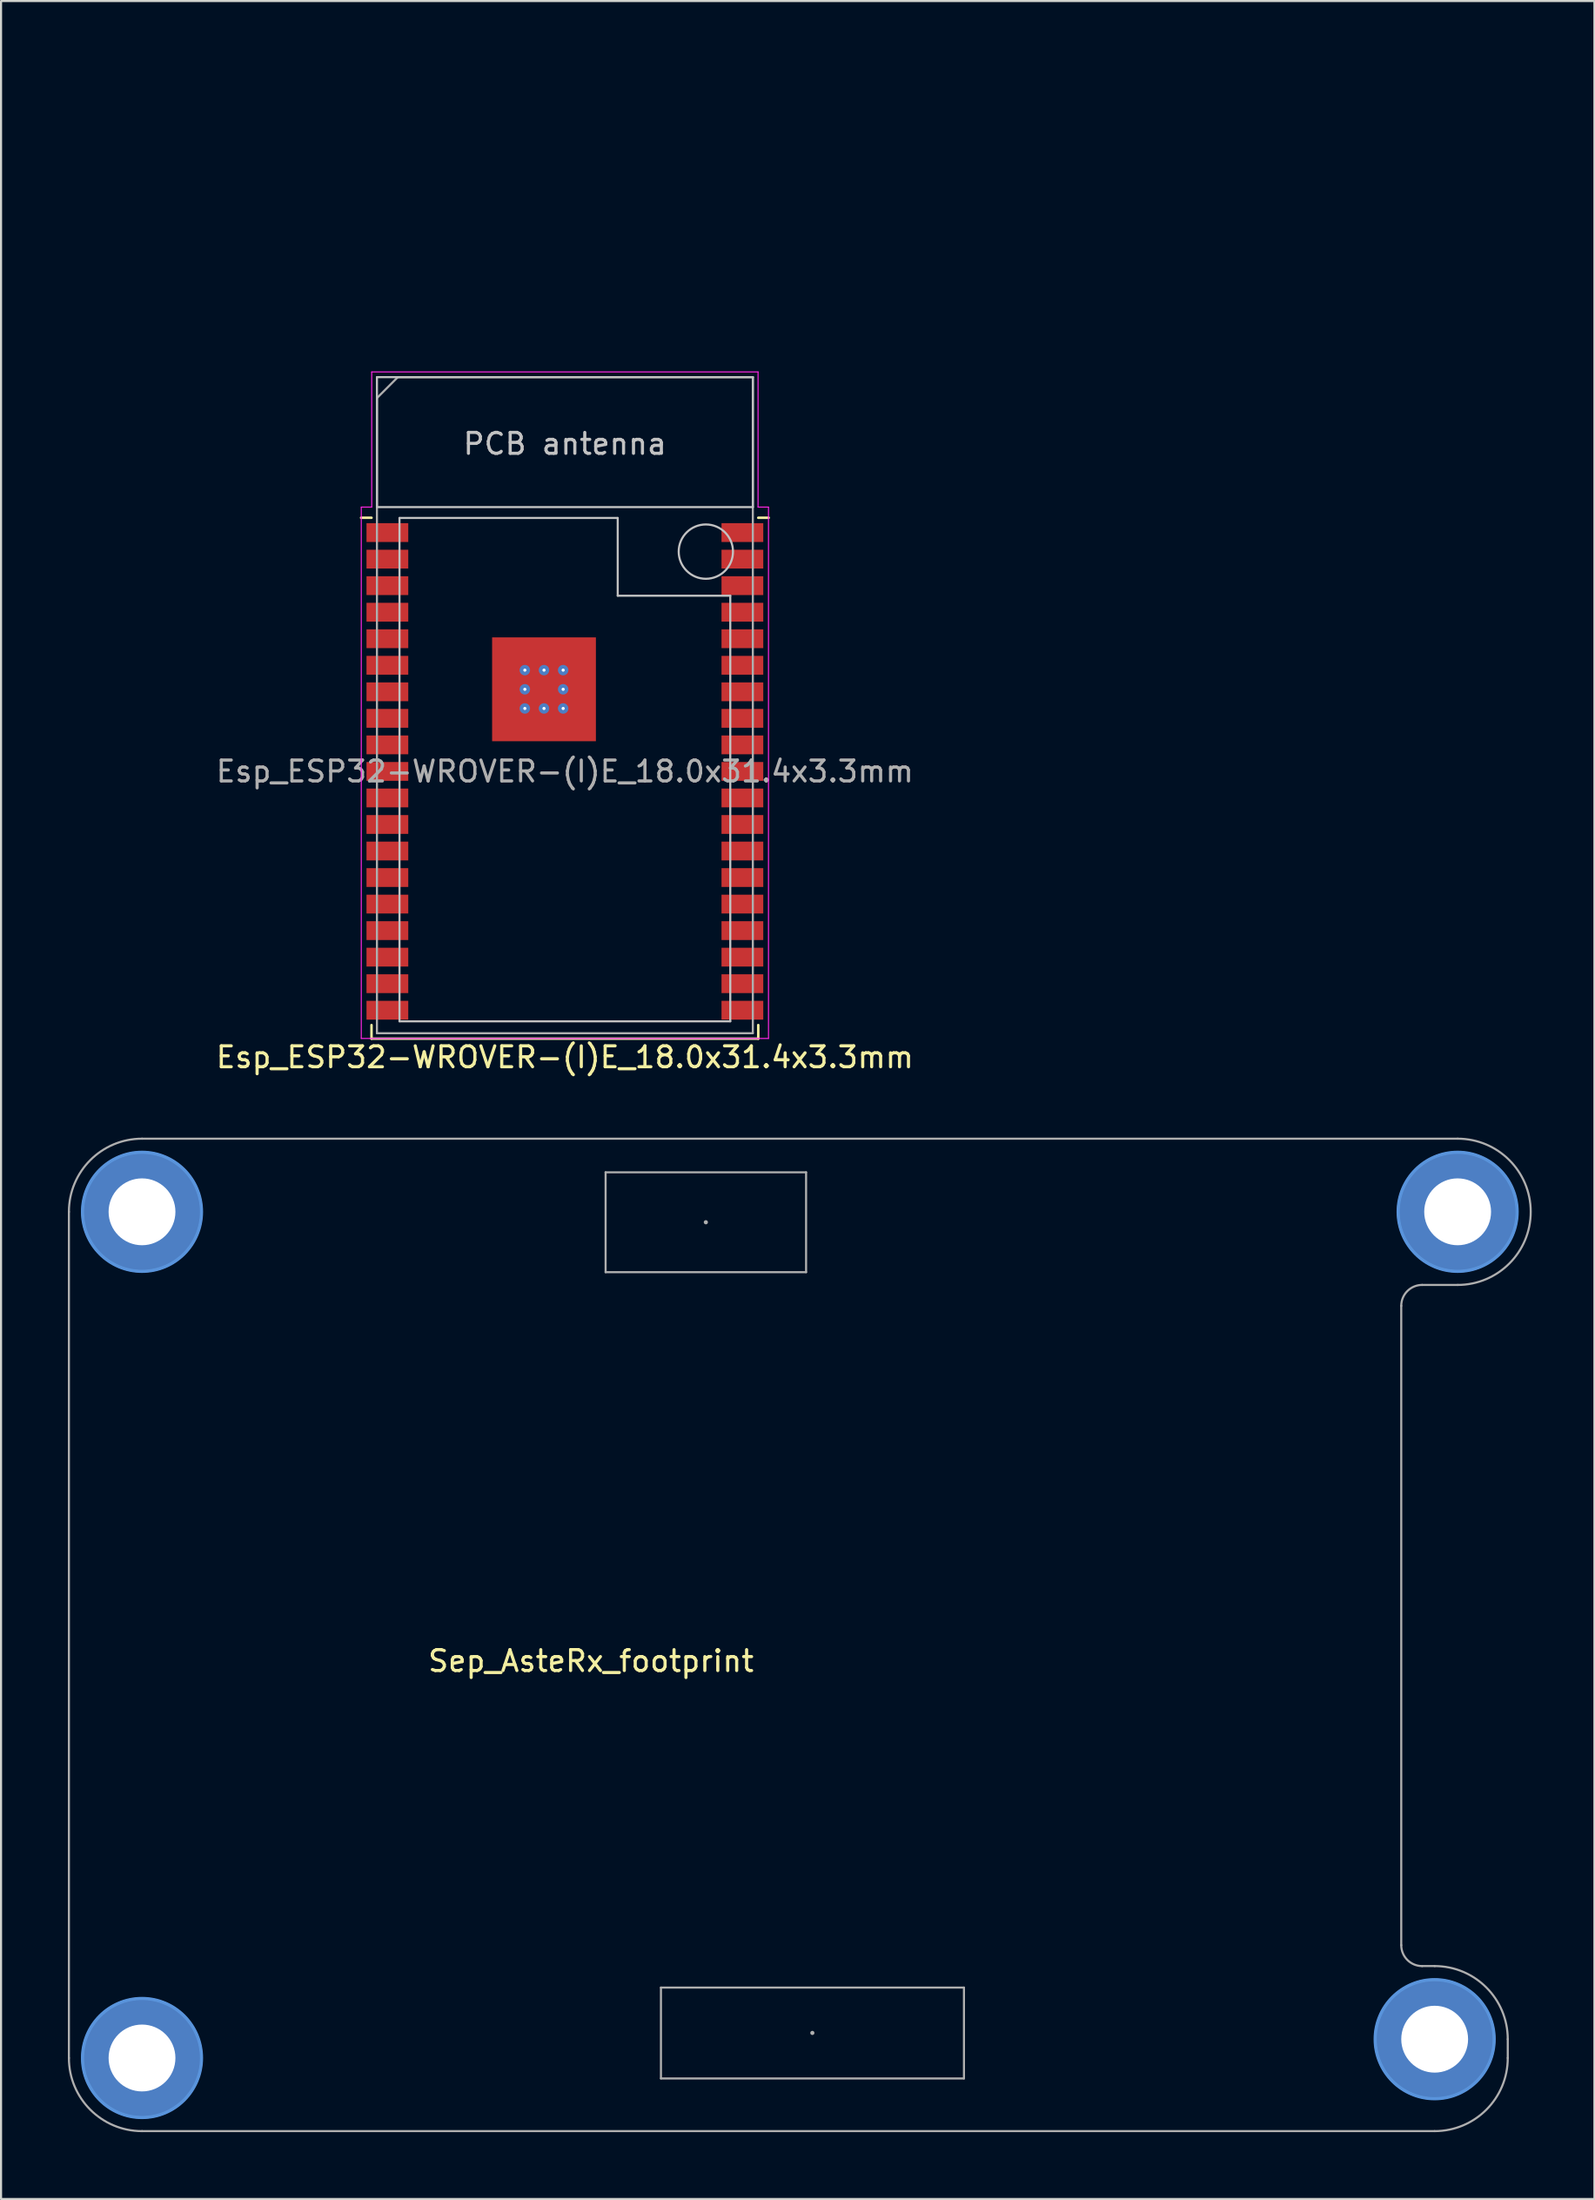
<source format=kicad_pcb>
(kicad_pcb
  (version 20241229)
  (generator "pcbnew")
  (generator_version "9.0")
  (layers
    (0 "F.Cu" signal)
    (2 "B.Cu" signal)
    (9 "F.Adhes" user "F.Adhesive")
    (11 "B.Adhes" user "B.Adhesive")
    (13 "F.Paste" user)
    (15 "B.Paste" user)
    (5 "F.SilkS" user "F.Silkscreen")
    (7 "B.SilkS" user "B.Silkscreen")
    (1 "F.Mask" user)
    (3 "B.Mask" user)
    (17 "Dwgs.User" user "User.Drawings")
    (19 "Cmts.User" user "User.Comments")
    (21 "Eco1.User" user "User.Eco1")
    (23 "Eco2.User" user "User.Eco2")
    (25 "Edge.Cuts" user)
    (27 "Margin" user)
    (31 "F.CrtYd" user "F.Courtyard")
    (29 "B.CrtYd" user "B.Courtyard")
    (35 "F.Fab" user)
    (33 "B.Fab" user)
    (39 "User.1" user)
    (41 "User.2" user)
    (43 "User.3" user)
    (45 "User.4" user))
  (footprint "Sep_AsteRx_footprint"
    (layer "F.Cu")
    (at 0.25 98.949)
    (property "Reference" "Sep_AsteRx_footprint" (at 25 -22.5 0) (layer "F.SilkS") (effects (font (size 1 1) (thickness 0.15))))
    (attr through_hole)
    (fp_circle (center 3.5 -44) (end 6.35 -44) (stroke (width 0.15) (type solid)) (fill no) (layer "Cmts.User"))
    (fp_circle (center 3.5 -3.5) (end 6.35 -3.5) (stroke (width 0.15) (type solid)) (fill no) (layer "Cmts.User"))
    (fp_circle (center 65.4 -4.4) (end 68.25 -4.4) (stroke (width 0.15) (type solid)) (fill no) (layer "Cmts.User"))
    (fp_circle (center 66.5 -44) (end 69.35 -44) (stroke (width 0.15) (type solid)) (fill no) (layer "Cmts.User"))
    (fp_line (start 0 -44) (end 0 -3.5) (stroke (width 0.1) (type solid)) (layer "F.Fab"))
    (fp_line (start 3.5 0) (end 65.4 0) (stroke (width 0.1) (type solid)) (layer "F.Fab"))
    (fp_line (start 25.7 -45.89) (end 25.7 -41.11) (stroke (width 0.1) (type solid)) (layer "F.Fab"))
    (fp_line (start 25.7 -45.89) (end 35.3 -45.89) (stroke (width 0.1) (type solid)) (layer "F.Fab"))
    (fp_line (start 25.7 -41.11) (end 35.3 -41.11) (stroke (width 0.1) (type solid)) (layer "F.Fab"))
    (fp_line (start 28.35 -6.87) (end 28.35 -2.52) (stroke (width 0.1) (type solid)) (layer "F.Fab"))
    (fp_line (start 28.35 -6.87) (end 42.86 -6.87) (stroke (width 0.1) (type solid)) (layer "F.Fab"))
    (fp_line (start 28.35 -2.52) (end 42.86 -2.52) (stroke (width 0.1) (type solid)) (layer "F.Fab"))
    (fp_line (start 35.3 -45.89) (end 35.3 -41.11) (stroke (width 0.1) (type solid)) (layer "F.Fab"))
    (fp_line (start 42.86 -6.87) (end 42.86 -2.52) (stroke (width 0.1) (type solid)) (layer "F.Fab"))
    (fp_line (start 63.8 -39.5) (end 63.8 -8.9) (stroke (width 0.1) (type solid)) (layer "F.Fab"))
    (fp_line (start 64.8 -40.5) (end 66.5 -40.5) (stroke (width 0.1) (type solid)) (layer "F.Fab"))
    (fp_line (start 64.8 -7.9) (end 65.4 -7.9) (stroke (width 0.1) (type solid)) (layer "F.Fab"))
    (fp_line (start 66.5 -47.5) (end 3.5 -47.5) (stroke (width 0.1) (type solid)) (layer "F.Fab"))
    (fp_line (start 68.9 -4.4) (end 68.9 -3.5) (stroke (width 0.1) (type solid)) (layer "F.Fab"))
    (fp_arc (start 0 -44) (mid 1.025126 -46.474874) (end 3.5 -47.5) (stroke (width 0.1) (type solid)) (layer "F.Fab"))
    (fp_arc (start 3.5 0) (mid 1.025126 -1.025126) (end 0 -3.5) (stroke (width 0.1) (type solid)) (layer "F.Fab"))
    (fp_arc (start 63.8 -39.5) (mid 64.092893 -40.207107) (end 64.8 -40.5) (stroke (width 0.1) (type solid)) (layer "F.Fab"))
    (fp_arc (start 64.8 -7.9) (mid 64.092893 -8.192893) (end 63.8 -8.9) (stroke (width 0.1) (type solid)) (layer "F.Fab"))
    (fp_arc (start 65.4 -7.9) (mid 67.874874 -6.874874) (end 68.9 -4.4) (stroke (width 0.1) (type solid)) (layer "F.Fab"))
    (fp_arc (start 66.5 -47.5) (mid 70 -44) (end 66.5 -40.5) (stroke (width 0.1) (type solid)) (layer "F.Fab"))
    (fp_arc (start 68.9 -3.5) (mid 67.874874 -1.025126) (end 65.4 0) (stroke (width 0.1) (type solid)) (layer "F.Fab"))
    (fp_circle (center 3.5 -44) (end 6.35 -44) (stroke (width 0.1) (type solid)) (fill no) (layer "F.Fab"))
    (fp_circle (center 3.5 -3.5) (end 6.35 -3.5) (stroke (width 0.1) (type solid)) (fill no) (layer "F.Fab"))
    (fp_circle (center 30.5 -43.5) (end 30.55 -43.5) (stroke (width 0.1) (type solid)) (fill no) (layer "F.Fab"))
    (fp_circle (center 35.6 -4.7) (end 35.65 -4.7) (stroke (width 0.1) (type solid)) (fill no) (layer "F.Fab"))
    (fp_circle (center 65.4 -4.4) (end 68.25 -4.4) (stroke (width 0.1) (type solid)) (fill no) (layer "F.Fab"))
    (fp_circle (center 66.5 -44) (end 69.35 -44) (stroke (width 0.1) (type solid)) (fill no) (layer "F.Fab"))
    (pad "MH" thru_hole circle (at 3.5 -44) (size 5.7 5.7) (drill 3.2) (layers "*.Cu" "*.Mask"))
    (pad "MH" thru_hole circle (at 3.5 -3.5) (size 5.7 5.7) (drill 3.2) (layers "*.Cu" "*.Mask"))
    (pad "MH" thru_hole circle (at 65.4 -4.4) (size 5.7 5.7) (drill 3.2) (layers "*.Cu" "*.Mask"))
    (pad "MH" thru_hole circle (at 66.5 -44) (size 5.7 5.7) (drill 3.2) (layers "*.Cu" "*.Mask")))
  (footprint "Esp_ESP32-WROVER-(I)E_18.0x31.4x3.3mm"
    (layer "F.Cu")
    (at 23 29.941)
    (property "Reference" "Esp_ESP32-WROVER-(I)E_18.0x31.4x3.3mm" (at 1 17.61 0) (layer "F.SilkS") (effects (font (size 1 1) (thickness 0.15))))
    (attr through_hole)
    (fp_line (start -8.26 -8.21) (end -8.76 -8.21) (stroke (width 0.12) (type solid)) (layer "F.SilkS"))
    (fp_line (start -8.26 16.72) (end -8.26 16.07) (stroke (width 0.12) (type solid)) (layer "F.SilkS"))
    (fp_line (start -8.26 16.72) (end 10.26 16.72) (stroke (width 0.12) (type solid)) (layer "F.SilkS"))
    (fp_line (start 10.26 -8.21) (end 10.76 -8.21) (stroke (width 0.12) (type solid)) (layer "F.SilkS"))
    (fp_line (start 10.26 16.72) (end 10.26 16.07) (stroke (width 0.12) (type solid)) (layer "F.SilkS"))
    (fp_line (start -8 -8.72) (end -8 -14.94) (stroke (width 0.1) (type solid)) (layer "Dwgs.User"))
    (fp_line (start -8 -8.72) (end 10 -8.72) (stroke (width 0.1) (type solid)) (layer "Dwgs.User"))
    (fp_line (start -6.92 -8.2) (end -6.92 15.89) (stroke (width 0.1) (type solid)) (layer "Dwgs.User"))
    (fp_line (start -6.92 -8.2) (end 3.53 -8.2) (stroke (width 0.1) (type solid)) (layer "Dwgs.User"))
    (fp_line (start -6.92 15.89) (end 8.92 15.89) (stroke (width 0.1) (type solid)) (layer "Dwgs.User"))
    (fp_line (start 3.53 -8.2) (end 3.53 -4.48) (stroke (width 0.1) (type solid)) (layer "Dwgs.User"))
    (fp_line (start 3.53 -4.48) (end 8.92 -4.48) (stroke (width 0.1) (type solid)) (layer "Dwgs.User"))
    (fp_line (start 8.92 -4.48) (end 8.92 15.89) (stroke (width 0.1) (type solid)) (layer "Dwgs.User"))
    (fp_line (start 10 -14.94) (end -8 -14.94) (stroke (width 0.1) (type solid)) (layer "Dwgs.User"))
    (fp_line (start 10 -14.94) (end 10 -8.72) (stroke (width 0.1) (type solid)) (layer "Dwgs.User"))
    (fp_circle (center 7.75 -6.59) (end 9.05 -6.59) (stroke (width 0.1) (type solid)) (fill no) (layer "Dwgs.User"))
    (fp_poly (pts (xy 25 -29.94) (xy 25 -8.72) (xy -23 -8.72) (xy -23 -29.94)) (stroke (width 0.001) (type solid)) (fill no) (layer "Cmts.User"))
    (fp_line (start -8.75 -8.72) (end -8.75 16.71) (stroke (width 0.05) (type solid)) (layer "F.CrtYd"))
    (fp_line (start -8.75 -8.72) (end -8.25 -8.72) (stroke (width 0.05) (type solid)) (layer "F.CrtYd"))
    (fp_line (start -8.75 16.71) (end 10.75 16.71) (stroke (width 0.05) (type solid)) (layer "F.CrtYd"))
    (fp_line (start -8.25 -15.19) (end -8.25 -8.72) (stroke (width 0.05) (type solid)) (layer "F.CrtYd"))
    (fp_line (start -8.25 -15.19) (end 10.25 -15.19) (stroke (width 0.05) (type solid)) (layer "F.CrtYd"))
    (fp_line (start 10.25 -8.72) (end 10.25 -15.19) (stroke (width 0.05) (type solid)) (layer "F.CrtYd"))
    (fp_line (start 10.25 -8.72) (end 10.75 -8.72) (stroke (width 0.05) (type solid)) (layer "F.CrtYd"))
    (fp_line (start 10.75 -8.72) (end 10.75 16.71) (stroke (width 0.05) (type solid)) (layer "F.CrtYd"))
    (fp_line (start -8 -13.94) (end -8 16.46) (stroke (width 0.1) (type solid)) (layer "F.Fab"))
    (fp_line (start -8 -13.94) (end -7 -14.94) (stroke (width 0.1) (type solid)) (layer "F.Fab"))
    (fp_line (start -8 16.46) (end 10 16.46) (stroke (width 0.1) (type solid)) (layer "F.Fab"))
    (fp_line (start 10 -14.94) (end -7 -14.94) (stroke (width 0.1) (type solid)) (layer "F.Fab"))
    (fp_line (start 10 16.46) (end 10 -14.94) (stroke (width 0.1) (type solid)) (layer "F.Fab"))
    (fp_text user "PCB antenna" (at 1 -11.75 0) (layer "Dwgs.User") (effects (font (size 1 1) (thickness 0.15))))
    (fp_text user "${REFERENCE}" (at 1 3.93 0) (layer "F.Fab") (effects (font (size 1 1) (thickness 0.15))))
    (pad "" smd rect (at -1.835 -1.835) (size 1.3 1.3) (layers "F.Mask" "F.Paste"))
    (pad "" smd rect (at -1.835 0) (size 1.3 1.3) (layers "F.Mask" "F.Paste"))
    (pad "" smd rect (at -1.835 1.835) (size 1.3 1.3) (layers "F.Mask" "F.Paste"))
    (pad "" smd rect (at 0 -1.835) (size 1.3 1.3) (layers "F.Mask" "F.Paste"))
    (pad "" smd rect (at 0 0) (size 1.3 1.3) (layers "F.Mask" "F.Paste"))
    (pad "" smd rect (at 0 1.835) (size 1.3 1.3) (layers "F.Mask" "F.Paste"))
    (pad "" smd rect (at 1.835 -1.835) (size 1.3 1.3) (layers "F.Mask" "F.Paste"))
    (pad "" smd rect (at 1.835 0) (size 1.3 1.3) (layers "F.Mask" "F.Paste"))
    (pad "" smd rect (at 1.835 1.835) (size 1.3 1.3) (layers "F.Mask" "F.Paste"))
    (pad "1" smd rect (at -7.5 -7.5) (size 2 0.9) (layers "F.Cu" "F.Mask" "F.Paste"))
    (pad "2" smd rect (at -7.5 -6.23) (size 2 0.9) (layers "F.Cu" "F.Mask" "F.Paste"))
    (pad "3" smd rect (at -7.5 -4.96) (size 2 0.9) (layers "F.Cu" "F.Mask" "F.Paste"))
    (pad "4" smd rect (at -7.5 -3.69) (size 2 0.9) (layers "F.Cu" "F.Mask" "F.Paste"))
    (pad "5" smd rect (at -7.5 -2.42) (size 2 0.9) (layers "F.Cu" "F.Mask" "F.Paste"))
    (pad "6" smd rect (at -7.5 -1.15) (size 2 0.9) (layers "F.Cu" "F.Mask" "F.Paste"))
    (pad "7" smd rect (at -7.5 0.12) (size 2 0.9) (layers "F.Cu" "F.Mask" "F.Paste"))
    (pad "8" smd rect (at -7.5 1.39) (size 2 0.9) (layers "F.Cu" "F.Mask" "F.Paste"))
    (pad "9" smd rect (at -7.5 2.66) (size 2 0.9) (layers "F.Cu" "F.Mask" "F.Paste"))
    (pad "10" smd rect (at -7.5 3.93) (size 2 0.9) (layers "F.Cu" "F.Mask" "F.Paste"))
    (pad "11" smd rect (at -7.5 5.2) (size 2 0.9) (layers "F.Cu" "F.Mask" "F.Paste"))
    (pad "12" smd rect (at -7.5 6.47) (size 2 0.9) (layers "F.Cu" "F.Mask" "F.Paste"))
    (pad "13" smd rect (at -7.5 7.74) (size 2 0.9) (layers "F.Cu" "F.Mask" "F.Paste"))
    (pad "14" smd rect (at -7.5 9.01) (size 2 0.9) (layers "F.Cu" "F.Mask" "F.Paste"))
    (pad "15" smd rect (at -7.5 10.28) (size 2 0.9) (layers "F.Cu" "F.Mask" "F.Paste"))
    (pad "16" smd rect (at -7.5 11.55) (size 2 0.9) (layers "F.Cu" "F.Mask" "F.Paste"))
    (pad "17" smd rect (at -7.5 12.82) (size 2 0.9) (layers "F.Cu" "F.Mask" "F.Paste"))
    (pad "18" smd rect (at -7.5 14.09) (size 2 0.9) (layers "F.Cu" "F.Mask" "F.Paste"))
    (pad "19" smd rect (at -7.5 15.36) (size 2 0.9) (layers "F.Cu" "F.Mask" "F.Paste"))
    (pad "20" smd rect (at 9.5 15.36) (size 2 0.9) (layers "F.Cu" "F.Mask" "F.Paste"))
    (pad "21" smd rect (at 9.5 14.09) (size 2 0.9) (layers "F.Cu" "F.Mask" "F.Paste"))
    (pad "22" smd rect (at 9.5 12.82) (size 2 0.9) (layers "F.Cu" "F.Mask" "F.Paste"))
    (pad "23" smd rect (at 9.5 11.55) (size 2 0.9) (layers "F.Cu" "F.Mask" "F.Paste"))
    (pad "24" smd rect (at 9.5 10.28) (size 2 0.9) (layers "F.Cu" "F.Mask" "F.Paste"))
    (pad "25" smd rect (at 9.5 9.01) (size 2 0.9) (layers "F.Cu" "F.Mask" "F.Paste"))
    (pad "26" smd rect (at 9.5 7.74) (size 2 0.9) (layers "F.Cu" "F.Mask" "F.Paste"))
    (pad "27" smd rect (at 9.5 6.47) (size 2 0.9) (layers "F.Cu" "F.Mask" "F.Paste"))
    (pad "28" smd rect (at 9.5 5.2) (size 2 0.9) (layers "F.Cu" "F.Mask" "F.Paste"))
    (pad "29" smd rect (at 9.5 3.93) (size 2 0.9) (layers "F.Cu" "F.Mask" "F.Paste"))
    (pad "30" smd rect (at 9.5 2.66) (size 2 0.9) (layers "F.Cu" "F.Mask" "F.Paste"))
    (pad "31" smd rect (at 9.5 1.39) (size 2 0.9) (layers "F.Cu" "F.Mask" "F.Paste"))
    (pad "32" smd rect (at 9.5 0.12) (size 2 0.9) (layers "F.Cu" "F.Mask" "F.Paste"))
    (pad "33" smd rect (at 9.5 -1.15) (size 2 0.9) (layers "F.Cu" "F.Mask" "F.Paste"))
    (pad "34" smd rect (at 9.5 -2.42) (size 2 0.9) (layers "F.Cu" "F.Mask" "F.Paste"))
    (pad "35" smd rect (at 9.5 -3.69) (size 2 0.9) (layers "F.Cu" "F.Mask" "F.Paste"))
    (pad "36" smd rect (at 9.5 -4.96) (size 2 0.9) (layers "F.Cu" "F.Mask" "F.Paste"))
    (pad "37" smd rect (at 9.5 -6.23) (size 2 0.9) (layers "F.Cu" "F.Mask" "F.Paste"))
    (pad "38" smd rect (at 9.5 -7.5) (size 2 0.9) (layers "F.Cu" "F.Mask" "F.Paste"))
    (pad "39" thru_hole circle (at -0.917 -0.917) (size 0.5 0.5) (drill 0.15) (layers "*.Cu"))
    (pad "39" thru_hole circle (at -0.917 0) (size 0.5 0.5) (drill 0.15) (layers "*.Cu"))
    (pad "39" thru_hole circle (at -0.917 0.917) (size 0.5 0.5) (drill 0.15) (layers "*.Cu"))
    (pad "39" thru_hole circle (at 0 -0.917) (size 0.5 0.5) (drill 0.15) (layers "*.Cu"))
    (pad "39" smd rect (at 0 0) (size 4.97 4.97) (layers "F.Cu"))
    (pad "39" thru_hole circle (at 0 0.917) (size 0.5 0.5) (drill 0.15) (layers "*.Cu"))
    (pad "39" thru_hole circle (at 0.917 -0.917) (size 0.5 0.5) (drill 0.15) (layers "*.Cu"))
    (pad "39" thru_hole circle (at 0.917 0) (size 0.5 0.5) (drill 0.15) (layers "*.Cu"))
    (pad "39" thru_hole circle (at 0.917 0.917) (size 0.5 0.5) (drill 0.15) (layers "*.Cu")))
  (gr_rect
    (start -3 -3)
    (end 73.3 102.199)
    (stroke (width 0.1) (type default))
    (fill no)
    (layer "Edge.Cuts")))
</source>
